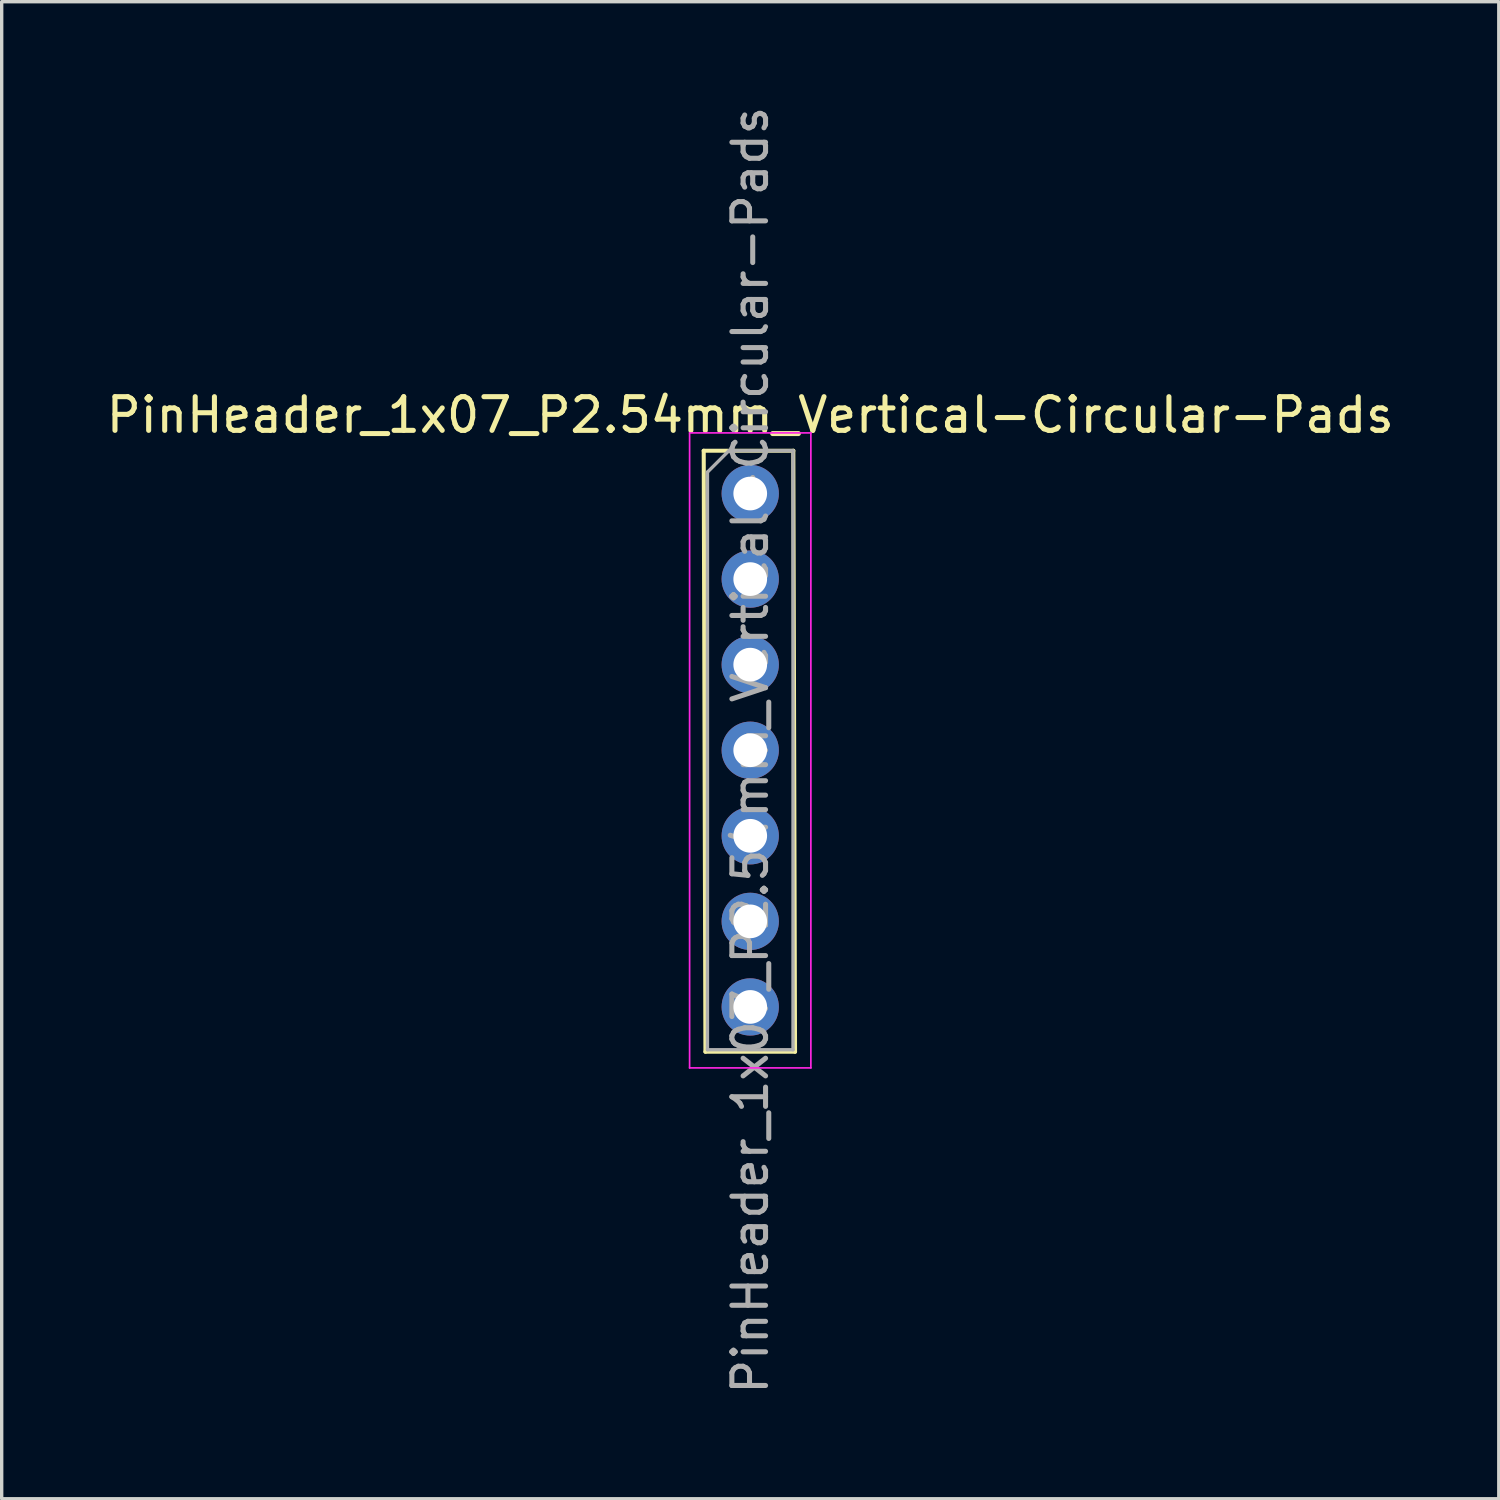
<source format=kicad_pcb>
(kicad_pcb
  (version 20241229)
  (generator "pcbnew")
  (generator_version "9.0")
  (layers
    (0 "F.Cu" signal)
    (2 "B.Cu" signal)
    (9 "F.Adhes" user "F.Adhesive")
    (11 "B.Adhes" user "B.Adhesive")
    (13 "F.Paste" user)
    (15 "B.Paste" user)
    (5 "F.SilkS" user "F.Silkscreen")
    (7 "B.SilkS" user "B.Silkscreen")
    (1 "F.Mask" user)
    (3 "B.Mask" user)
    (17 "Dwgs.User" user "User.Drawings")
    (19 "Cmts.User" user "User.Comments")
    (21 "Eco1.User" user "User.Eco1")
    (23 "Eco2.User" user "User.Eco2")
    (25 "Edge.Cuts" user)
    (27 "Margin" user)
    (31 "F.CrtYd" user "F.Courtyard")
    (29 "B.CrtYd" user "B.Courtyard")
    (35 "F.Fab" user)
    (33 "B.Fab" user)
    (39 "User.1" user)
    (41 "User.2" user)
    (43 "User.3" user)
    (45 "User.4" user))
  (footprint "PinHeader_1x07_P2.54mm_Vertical-Circular-Pads"
    (layer "F.Cu")
    (at 19.22 11.6)
    (property "Reference" "PinHeader_1x07_P2.54mm_Vertical-Circular-Pads" (at 0 -2.33 0) (layer "F.SilkS") (effects (font (size 1 1) (thickness 0.15))))
    (attr through_hole)
    (fp_line (start -1.381 -1.27) (end -1.33 16.57) (stroke (width 0.12) (type solid)) (layer "F.SilkS"))
    (fp_line (start -1.381 -1.27) (end 1.279 -1.27) (stroke (width 0.12) (type solid)) (layer "F.SilkS"))
    (fp_line (start -1.33 16.57) (end 1.33 16.57) (stroke (width 0.12) (type solid)) (layer "F.SilkS"))
    (fp_line (start 1.279 -1.27) (end 1.33 16.57) (stroke (width 0.12) (type solid)) (layer "F.SilkS"))
    (fp_line (start -1.8 -1.8) (end -1.8 17.05) (stroke (width 0.05) (type solid)) (layer "F.CrtYd"))
    (fp_line (start -1.8 17.05) (end 1.8 17.05) (stroke (width 0.05) (type solid)) (layer "F.CrtYd"))
    (fp_line (start 1.8 -1.8) (end -1.8 -1.8) (stroke (width 0.05) (type solid)) (layer "F.CrtYd"))
    (fp_line (start 1.8 17.05) (end 1.8 -1.8) (stroke (width 0.05) (type solid)) (layer "F.CrtYd"))
    (fp_line (start -1.27 -0.635) (end -0.635 -1.27) (stroke (width 0.1) (type solid)) (layer "F.Fab"))
    (fp_line (start -1.27 16.51) (end -1.27 -0.635) (stroke (width 0.1) (type solid)) (layer "F.Fab"))
    (fp_line (start -0.635 -1.27) (end 1.27 -1.27) (stroke (width 0.1) (type solid)) (layer "F.Fab"))
    (fp_line (start 1.27 -1.27) (end 1.27 16.51) (stroke (width 0.1) (type solid)) (layer "F.Fab"))
    (fp_line (start 1.27 16.51) (end -1.27 16.51) (stroke (width 0.1) (type solid)) (layer "F.Fab"))
    (fp_text user "${REFERENCE}" (at 0 7.62 90) (layer "F.Fab") (effects (font (size 1 1) (thickness 0.15))))
    (pad "1" thru_hole circle (at 0 0) (size 1.7 1.7) (drill 1) (layers "*.Cu" "*.Mask"))
    (pad "2" thru_hole oval (at 0 2.54) (size 1.7 1.7) (drill 1) (layers "*.Cu" "*.Mask"))
    (pad "3" thru_hole oval (at 0 5.08) (size 1.7 1.7) (drill 1) (layers "*.Cu" "*.Mask"))
    (pad "4" thru_hole oval (at 0 7.62) (size 1.7 1.7) (drill 1) (layers "*.Cu" "*.Mask"))
    (pad "5" thru_hole oval (at 0 10.16) (size 1.7 1.7) (drill 1) (layers "*.Cu" "*.Mask"))
    (pad "6" thru_hole oval (at 0 12.7) (size 1.7 1.7) (drill 1) (layers "*.Cu" "*.Mask"))
    (pad "7" thru_hole oval (at 0 15.24) (size 1.7 1.7) (drill 1) (layers "*.Cu" "*.Mask")))
  (gr_rect
    (start -3 -3)
    (end 41.44 41.44)
    (stroke (width 0.1) (type default))
    (fill no)
    (layer "Edge.Cuts")))
</source>
